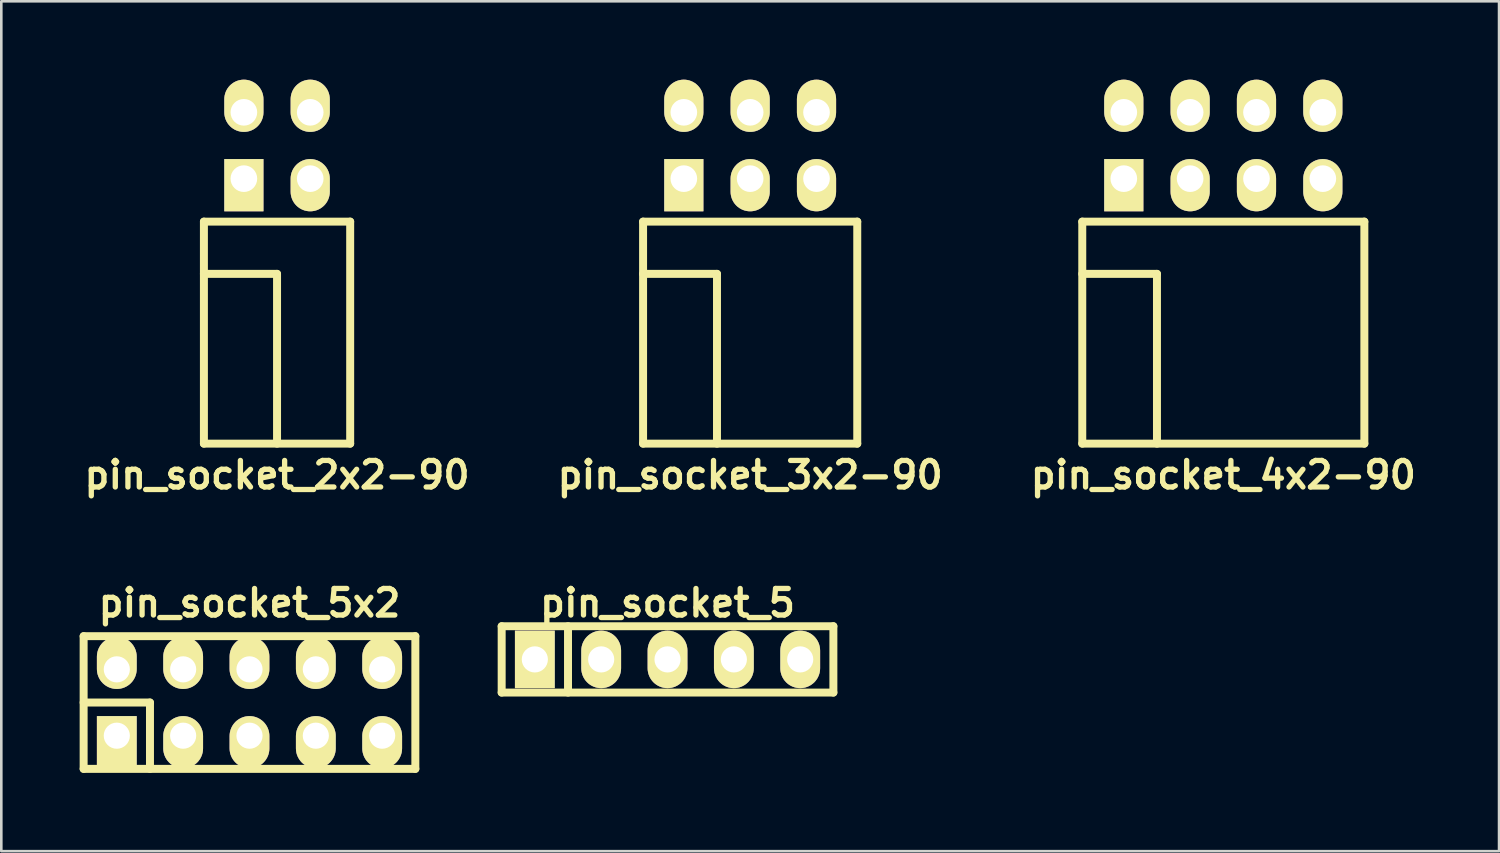
<source format=kicad_pcb>
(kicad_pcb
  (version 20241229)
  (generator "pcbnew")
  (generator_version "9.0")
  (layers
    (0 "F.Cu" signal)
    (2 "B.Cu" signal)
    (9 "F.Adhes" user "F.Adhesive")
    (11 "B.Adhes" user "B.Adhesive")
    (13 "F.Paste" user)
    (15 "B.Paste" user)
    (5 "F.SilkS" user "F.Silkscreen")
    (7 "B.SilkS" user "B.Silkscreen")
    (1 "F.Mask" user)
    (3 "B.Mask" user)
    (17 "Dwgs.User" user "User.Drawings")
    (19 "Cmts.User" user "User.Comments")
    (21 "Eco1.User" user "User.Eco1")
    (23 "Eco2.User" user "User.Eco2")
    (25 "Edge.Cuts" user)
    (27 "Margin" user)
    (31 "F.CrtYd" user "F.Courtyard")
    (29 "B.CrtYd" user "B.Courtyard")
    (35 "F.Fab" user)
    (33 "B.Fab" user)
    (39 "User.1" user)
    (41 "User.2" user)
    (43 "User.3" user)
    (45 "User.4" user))
  (footprint "pin_socket_5x2"
    (layer "F.Cu")
    (at 6.502 23.847)
    (property "Reference" "pin_socket_5x2" (at 0 -3.81 0) (layer "F.SilkS") (effects (font (size 1.016 1.016) (thickness 0.203))))
    (attr through_hole)
    (fp_line (start -6.35 -2.54) (end -6.35 2.54) (stroke (width 0.305) (type solid)) (layer "F.SilkS"))
    (fp_line (start -6.35 -2.54) (end 6.35 -2.54) (stroke (width 0.305) (type solid)) (layer "F.SilkS"))
    (fp_line (start -6.35 0) (end -3.81 0) (stroke (width 0.305) (type solid)) (layer "F.SilkS"))
    (fp_line (start -3.81 0) (end -3.81 2.54) (stroke (width 0.305) (type solid)) (layer "F.SilkS"))
    (fp_line (start 6.35 -2.54) (end 6.35 2.54) (stroke (width 0.305) (type solid)) (layer "F.SilkS"))
    (fp_line (start 6.35 2.54) (end -6.35 2.54) (stroke (width 0.305) (type solid)) (layer "F.SilkS"))
    (pad "1" thru_hole rect (at -5.08 1.27) (size 1.524 1.999) (drill 1.001 (offset 0 0.249)) (layers "*.Cu" "*.Mask" "F.SilkS"))
    (pad "2" thru_hole oval (at -5.08 -1.27) (size 1.524 1.999) (drill 1.001 (offset 0 -0.249)) (layers "*.Cu" "*.Mask" "F.SilkS"))
    (pad "3" thru_hole oval (at -2.54 1.27) (size 1.524 1.999) (drill 1.001 (offset 0 0.249)) (layers "*.Cu" "*.Mask" "F.SilkS"))
    (pad "4" thru_hole oval (at -2.54 -1.27) (size 1.524 1.999) (drill 1.001 (offset 0 -0.249)) (layers "*.Cu" "*.Mask" "F.SilkS"))
    (pad "5" thru_hole oval (at 0 1.27) (size 1.524 1.999) (drill 1.001 (offset 0 0.249)) (layers "*.Cu" "*.Mask" "F.SilkS"))
    (pad "6" thru_hole oval (at 0 -1.27) (size 1.524 1.999) (drill 1.001 (offset 0 -0.249)) (layers "*.Cu" "*.Mask" "F.SilkS"))
    (pad "7" thru_hole oval (at 2.54 1.27) (size 1.524 1.999) (drill 1.001 (offset 0 0.249)) (layers "*.Cu" "*.Mask" "F.SilkS"))
    (pad "8" thru_hole oval (at 2.54 -1.27) (size 1.524 1.999) (drill 1.001 (offset 0 -0.249)) (layers "*.Cu" "*.Mask" "F.SilkS"))
    (pad "9" thru_hole oval (at 5.08 1.27) (size 1.524 1.999) (drill 1.001 (offset 0 0.249)) (layers "*.Cu" "*.Mask" "F.SilkS"))
    (pad "10" thru_hole oval (at 5.08 -1.27) (size 1.524 1.999) (drill 1.001 (offset 0 -0.249)) (layers "*.Cu" "*.Mask" "F.SilkS")))
  (footprint "pin_socket_4x2-90"
    (layer "F.Cu")
    (at 43.786 7.435)
    (property "Reference" "pin_socket_4x2-90" (at 0 7.7 0) (layer "F.SilkS") (effects (font (size 1.016 1.016) (thickness 0.203))))
    (attr through_hole)
    (fp_line (start -5.4 -2) (end -5.4 6.5) (stroke (width 0.305) (type solid)) (layer "F.SilkS"))
    (fp_line (start -5.4 -2) (end 5.4 -2) (stroke (width 0.305) (type solid)) (layer "F.SilkS"))
    (fp_line (start -5.4 0) (end -2.54 0) (stroke (width 0.305) (type solid)) (layer "F.SilkS"))
    (fp_line (start -5.4 6.5) (end 5.4 6.5) (stroke (width 0.305) (type solid)) (layer "F.SilkS"))
    (fp_line (start -2.54 0) (end -2.54 6.5) (stroke (width 0.305) (type solid)) (layer "F.SilkS"))
    (fp_line (start 5.4 -2) (end 5.4 6.5) (stroke (width 0.305) (type solid)) (layer "F.SilkS"))
    (pad "1" thru_hole rect (at -3.81 -3.645) (size 1.5 2) (drill 1.02 (offset 0 0.25)) (layers "*.Cu" "*.Mask" "F.SilkS"))
    (pad "2" thru_hole oval (at -3.81 -6.185) (size 1.5 2) (drill 1.02 (offset 0 -0.25)) (layers "*.Cu" "*.Mask" "F.SilkS"))
    (pad "3" thru_hole oval (at -1.27 -3.645) (size 1.5 2) (drill 1.02 (offset 0 0.25)) (layers "*.Cu" "*.Mask" "F.SilkS"))
    (pad "4" thru_hole oval (at -1.27 -6.185) (size 1.5 2) (drill 1.02 (offset 0 -0.25)) (layers "*.Cu" "*.Mask" "F.SilkS"))
    (pad "5" thru_hole oval (at 1.27 -3.645) (size 1.5 2) (drill 1.02 (offset 0 0.25)) (layers "*.Cu" "*.Mask" "F.SilkS"))
    (pad "6" thru_hole oval (at 1.27 -6.185) (size 1.5 2) (drill 1.02 (offset 0 -0.25)) (layers "*.Cu" "*.Mask" "F.SilkS"))
    (pad "7" thru_hole oval (at 3.81 -3.645) (size 1.5 2) (drill 1.02 (offset 0 0.25)) (layers "*.Cu" "*.Mask" "F.SilkS"))
    (pad "8" thru_hole oval (at 3.81 -6.185) (size 1.5 2) (drill 1.02 (offset 0 -0.25)) (layers "*.Cu" "*.Mask" "F.SilkS")))
  (footprint "pin_socket_5"
    (layer "F.Cu")
    (at 22.507 22.196)
    (property "Reference" "pin_socket_5" (at 0 -2.159 0) (layer "F.SilkS") (effects (font (size 1.016 1.016) (thickness 0.203))))
    (attr through_hole)
    (fp_line (start -6.35 -1.27) (end 6.35 -1.27) (stroke (width 0.305) (type solid)) (layer "F.SilkS"))
    (fp_line (start -6.35 1.27) (end -6.35 -1.27) (stroke (width 0.305) (type solid)) (layer "F.SilkS"))
    (fp_line (start -3.81 -1.27) (end -3.81 1.27) (stroke (width 0.305) (type solid)) (layer "F.SilkS"))
    (fp_line (start 6.35 -1.27) (end 6.35 1.27) (stroke (width 0.305) (type solid)) (layer "F.SilkS"))
    (fp_line (start 6.35 1.27) (end -6.35 1.27) (stroke (width 0.305) (type solid)) (layer "F.SilkS"))
    (pad "1" thru_hole rect (at -5.08 0) (size 1.524 2.2) (drill 1.001) (layers "*.Cu" "*.Mask" "F.SilkS"))
    (pad "2" thru_hole oval (at -2.54 0) (size 1.524 2.2) (drill 1.001) (layers "*.Cu" "*.Mask" "F.SilkS"))
    (pad "3" thru_hole oval (at 0 0) (size 1.524 2.2) (drill 1.001) (layers "*.Cu" "*.Mask" "F.SilkS"))
    (pad "4" thru_hole oval (at 2.54 0) (size 1.524 2.2) (drill 1.001) (layers "*.Cu" "*.Mask" "F.SilkS"))
    (pad "5" thru_hole oval (at 5.08 0) (size 1.524 2.2) (drill 1.001) (layers "*.Cu" "*.Mask" "F.SilkS")))
  (footprint "pin_socket_3x2-90"
    (layer "F.Cu")
    (at 25.671 7.435)
    (property "Reference" "pin_socket_3x2-90" (at 0 7.7 0) (layer "F.SilkS") (effects (font (size 1.016 1.016) (thickness 0.203))))
    (attr through_hole)
    (fp_line (start -4.1 -2) (end -4.1 6.5) (stroke (width 0.305) (type solid)) (layer "F.SilkS"))
    (fp_line (start -4.1 -2) (end 4.1 -2) (stroke (width 0.305) (type solid)) (layer "F.SilkS"))
    (fp_line (start -4.1 0) (end -1.27 0) (stroke (width 0.305) (type solid)) (layer "F.SilkS"))
    (fp_line (start -4.1 6.5) (end 4.1 6.5) (stroke (width 0.305) (type solid)) (layer "F.SilkS"))
    (fp_line (start -1.27 0) (end -1.27 6.5) (stroke (width 0.305) (type solid)) (layer "F.SilkS"))
    (fp_line (start 4.1 -2) (end 4.1 6.5) (stroke (width 0.305) (type solid)) (layer "F.SilkS"))
    (pad "1" thru_hole rect (at -2.54 -3.645) (size 1.5 2) (drill 1.02 (offset 0 0.25)) (layers "*.Cu" "*.Mask" "F.SilkS"))
    (pad "2" thru_hole oval (at -2.54 -6.185) (size 1.5 2) (drill 1.02 (offset 0 -0.25)) (layers "*.Cu" "*.Mask" "F.SilkS"))
    (pad "3" thru_hole oval (at 0 -3.645) (size 1.5 2) (drill 1.02 (offset 0 0.25)) (layers "*.Cu" "*.Mask" "F.SilkS"))
    (pad "4" thru_hole oval (at 0 -6.185) (size 1.5 2) (drill 1.02 (offset 0 -0.25)) (layers "*.Cu" "*.Mask" "F.SilkS"))
    (pad "5" thru_hole oval (at 2.54 -3.645) (size 1.5 2) (drill 1.02 (offset 0 0.25)) (layers "*.Cu" "*.Mask" "F.SilkS"))
    (pad "6" thru_hole oval (at 2.54 -6.185) (size 1.5 2) (drill 1.02 (offset 0 -0.25)) (layers "*.Cu" "*.Mask" "F.SilkS")))
  (footprint "pin_socket_2x2-90"
    (layer "F.Cu")
    (at 7.557 7.435)
    (property "Reference" "pin_socket_2x2-90" (at 0 7.7 0) (layer "F.SilkS") (effects (font (size 1.016 1.016) (thickness 0.203))))
    (attr through_hole)
    (fp_line (start -2.8 -2) (end -2.8 6.5) (stroke (width 0.305) (type solid)) (layer "F.SilkS"))
    (fp_line (start -2.8 -2) (end 2.8 -2) (stroke (width 0.305) (type solid)) (layer "F.SilkS"))
    (fp_line (start -2.8 0) (end 0 0) (stroke (width 0.305) (type solid)) (layer "F.SilkS"))
    (fp_line (start -2.8 6.5) (end 2.8 6.5) (stroke (width 0.305) (type solid)) (layer "F.SilkS"))
    (fp_line (start 0 0) (end 0 6.5) (stroke (width 0.305) (type solid)) (layer "F.SilkS"))
    (fp_line (start 2.8 -2) (end 2.8 6.5) (stroke (width 0.305) (type solid)) (layer "F.SilkS"))
    (pad "1" thru_hole rect (at -1.27 -3.645) (size 1.5 2) (drill 1.02 (offset 0 0.25)) (layers "*.Cu" "*.Mask" "F.SilkS"))
    (pad "2" thru_hole oval (at -1.27 -6.185) (size 1.5 2) (drill 1.02 (offset 0 -0.25)) (layers "*.Cu" "*.Mask" "F.SilkS"))
    (pad "3" thru_hole oval (at 1.27 -3.645) (size 1.5 2) (drill 1.02 (offset 0 0.25)) (layers "*.Cu" "*.Mask" "F.SilkS"))
    (pad "4" thru_hole oval (at 1.27 -6.185) (size 1.5 2) (drill 1.02 (offset 0 -0.25)) (layers "*.Cu" "*.Mask" "F.SilkS")))
  (gr_rect
    (start -3 -3)
    (end 54.343 29.539)
    (stroke (width 0.1) (type default))
    (fill no)
    (layer "Edge.Cuts")))
</source>
